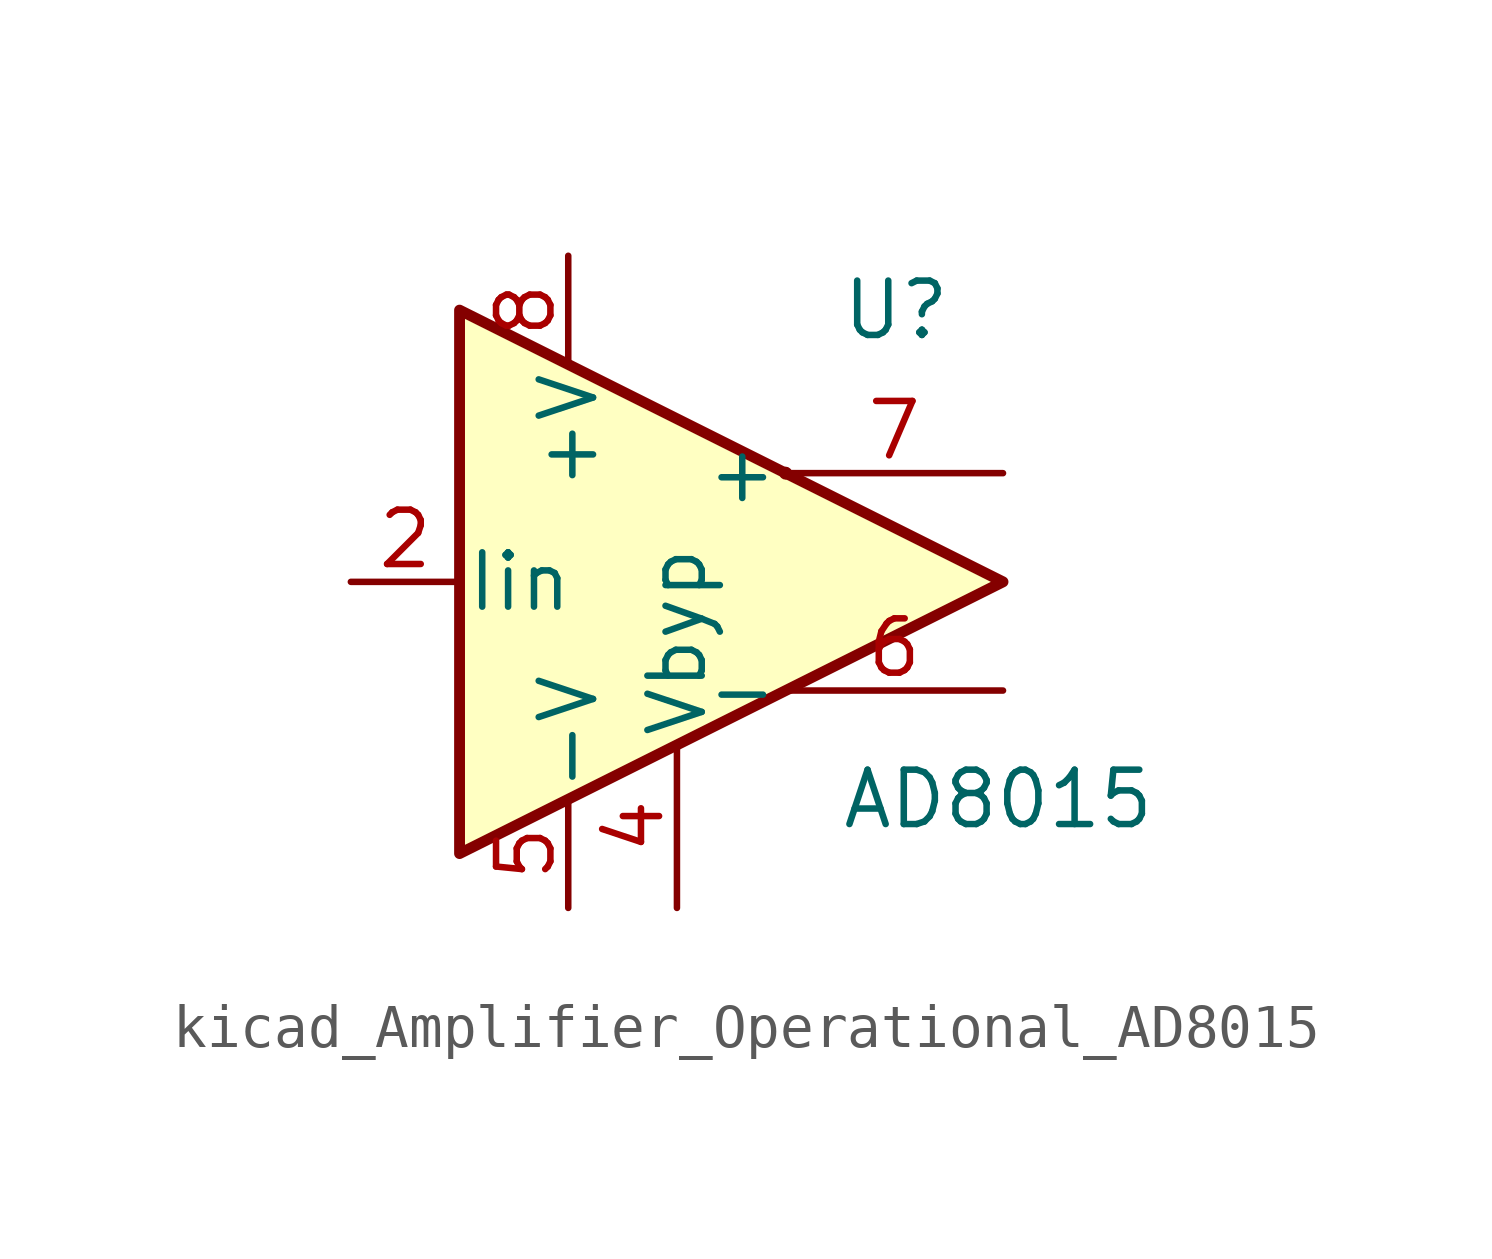
<source format=kicad_sym>
(kicad_symbol_lib
  (version 20220914)
  (generator kicad_symbol_editor)
  (symbol "kicad_Amplifier_Operational_AD8015"
    (pin_names
      (offset 0.127))
    (property "Reference" "U"
      (at 3.81 6.35 0)
      (effects (font (size 1.27 1.27)) (justify left)))
    (property "Value" "AD8015"
      (at 3.81 -5.08 0)
      (effects (font (size 1.27 1.27)) (justify left)))
    (symbol "kicad_Amplifier_Operational_AD8015_0_1"
      (polyline (pts (xy -5.08 6.35) (xy -5.08 -6.35) (xy 7.62 0) (xy -5.08 6.35)) (stroke (width 0.254) (type default)) (fill (type background)))
      (circle (center 2.54 2.54) (radius 0.0001) (stroke (width 0) (type default)) (fill (type none))))
    (symbol "kicad_Amplifier_Operational_AD8015_1_1"
      (pin no_connect line (at -5.08 2.54 0) (length 2.54) hide (name "NC" (effects (font (size 1.27 1.27)))) (number "1" (effects (font (size 1.27 1.27)))))
      (pin input line (at -7.62 0 0) (length 2.54) (name "Iin" (effects (font (size 1.27 1.27)))) (number "2" (effects (font (size 1.27 1.27)))))
      (pin no_connect line (at -5.08 -2.54 0) (length 2.54) hide (name "NC" (effects (font (size 1.27 1.27)))) (number "3" (effects (font (size 1.27 1.27)))))
      (pin input line (at 0 -7.62 90) (length 3.81) (name "Vbyp" (effects (font (size 1.27 1.27)))) (number "4" (effects (font (size 1.27 1.27)))))
      (pin power_in line (at -2.54 -7.62 90) (length 2.54) (name "-V" (effects (font (size 1.27 1.27)))) (number "5" (effects (font (size 1.27 1.27)))))
      (pin output line (at 7.62 -2.54 180) (length 5.08) (name "-" (effects (font (size 1.27 1.27)))) (number "6" (effects (font (size 1.27 1.27)))))
      (pin output line (at 7.62 2.54 180) (length 5.08) (name "+" (effects (font (size 1.27 1.27)))) (number "7" (effects (font (size 1.27 1.27)))))
      (pin power_in line (at -2.54 7.62 270) (length 2.54) (name "+V" (effects (font (size 1.27 1.27)))) (number "8" (effects (font (size 1.27 1.27))))))))
</source>
